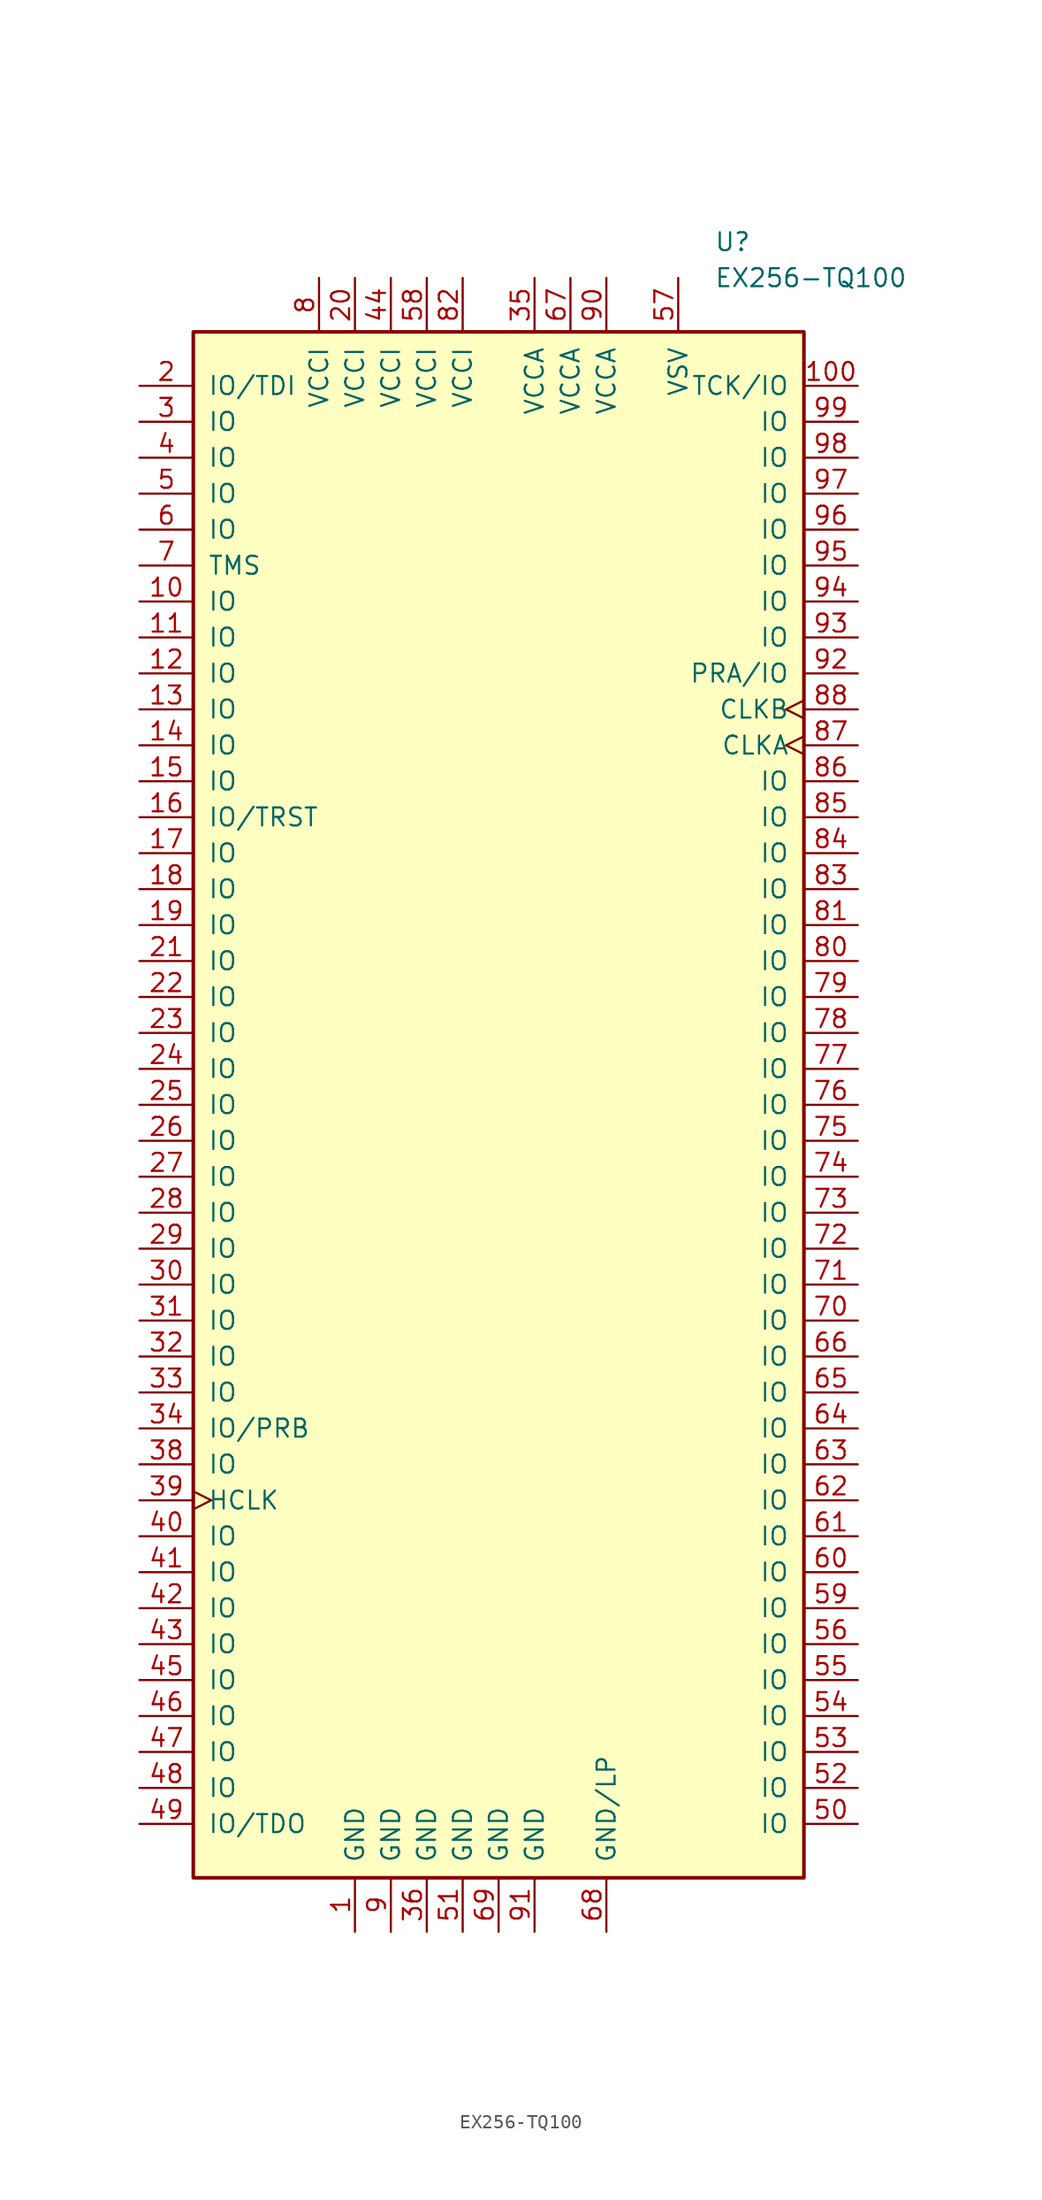
<source format=kicad_sym>
(kicad_symbol_lib
  (version 20220914)
  (generator kicad_symbol_editor)
  (symbol "EX256-TQ100"
    (pin_names
      (offset 1.016))
    (property "Reference" "U"
      (at 15.24 60.96 0)
      (effects (font (size 1.27 1.27)) (justify left)))
    (property "Value" "EX256-TQ100"
      (at 15.24 58.42 0)
      (effects (font (size 1.27 1.27)) (justify left)))
    (symbol "EX256-TQ100_0_1"
      (rectangle (start -21.59 54.61) (end 21.59 -54.61) (stroke (width 0.254) (type default)) (fill (type background))))
    (symbol "EX256-TQ100_1_1"
      (pin power_in line (at -10.16 -58.42 90) (length 3.81) (name "GND" (effects (font (size 1.27 1.27)))) (number "1" (effects (font (size 1.27 1.27)))))
      (pin bidirectional line (at -25.4 35.56 0) (length 3.81) (name "IO" (effects (font (size 1.27 1.27)))) (number "10" (effects (font (size 1.27 1.27)))))
      (pin bidirectional line (at 25.4 50.8 180) (length 3.81) (name "TCK/IO" (effects (font (size 1.27 1.27)))) (number "100" (effects (font (size 1.27 1.27)))))
      (pin bidirectional line (at -25.4 33.02 0) (length 3.81) (name "IO" (effects (font (size 1.27 1.27)))) (number "11" (effects (font (size 1.27 1.27)))))
      (pin bidirectional line (at -25.4 30.48 0) (length 3.81) (name "IO" (effects (font (size 1.27 1.27)))) (number "12" (effects (font (size 1.27 1.27)))))
      (pin bidirectional line (at -25.4 27.94 0) (length 3.81) (name "IO" (effects (font (size 1.27 1.27)))) (number "13" (effects (font (size 1.27 1.27)))))
      (pin bidirectional line (at -25.4 25.4 0) (length 3.81) (name "IO" (effects (font (size 1.27 1.27)))) (number "14" (effects (font (size 1.27 1.27)))))
      (pin bidirectional line (at -25.4 22.86 0) (length 3.81) (name "IO" (effects (font (size 1.27 1.27)))) (number "15" (effects (font (size 1.27 1.27)))))
      (pin bidirectional line (at -25.4 20.32 0) (length 3.81) (name "IO/TRST" (effects (font (size 1.27 1.27)))) (number "16" (effects (font (size 1.27 1.27)))))
      (pin bidirectional line (at -25.4 17.78 0) (length 3.81) (name "IO" (effects (font (size 1.27 1.27)))) (number "17" (effects (font (size 1.27 1.27)))))
      (pin bidirectional line (at -25.4 15.24 0) (length 3.81) (name "IO" (effects (font (size 1.27 1.27)))) (number "18" (effects (font (size 1.27 1.27)))))
      (pin bidirectional line (at -25.4 12.7 0) (length 3.81) (name "IO" (effects (font (size 1.27 1.27)))) (number "19" (effects (font (size 1.27 1.27)))))
      (pin bidirectional line (at -25.4 50.8 0) (length 3.81) (name "IO/TDI" (effects (font (size 1.27 1.27)))) (number "2" (effects (font (size 1.27 1.27)))))
      (pin power_in line (at -10.16 58.42 270) (length 3.81) (name "VCCI" (effects (font (size 1.27 1.27)))) (number "20" (effects (font (size 1.27 1.27)))))
      (pin bidirectional line (at -25.4 10.16 0) (length 3.81) (name "IO" (effects (font (size 1.27 1.27)))) (number "21" (effects (font (size 1.27 1.27)))))
      (pin bidirectional line (at -25.4 7.62 0) (length 3.81) (name "IO" (effects (font (size 1.27 1.27)))) (number "22" (effects (font (size 1.27 1.27)))))
      (pin bidirectional line (at -25.4 5.08 0) (length 3.81) (name "IO" (effects (font (size 1.27 1.27)))) (number "23" (effects (font (size 1.27 1.27)))))
      (pin bidirectional line (at -25.4 2.54 0) (length 3.81) (name "IO" (effects (font (size 1.27 1.27)))) (number "24" (effects (font (size 1.27 1.27)))))
      (pin bidirectional line (at -25.4 0 0) (length 3.81) (name "IO" (effects (font (size 1.27 1.27)))) (number "25" (effects (font (size 1.27 1.27)))))
      (pin bidirectional line (at -25.4 -2.54 0) (length 3.81) (name "IO" (effects (font (size 1.27 1.27)))) (number "26" (effects (font (size 1.27 1.27)))))
      (pin bidirectional line (at -25.4 -5.08 0) (length 3.81) (name "IO" (effects (font (size 1.27 1.27)))) (number "27" (effects (font (size 1.27 1.27)))))
      (pin bidirectional line (at -25.4 -7.62 0) (length 3.81) (name "IO" (effects (font (size 1.27 1.27)))) (number "28" (effects (font (size 1.27 1.27)))))
      (pin bidirectional line (at -25.4 -10.16 0) (length 3.81) (name "IO" (effects (font (size 1.27 1.27)))) (number "29" (effects (font (size 1.27 1.27)))))
      (pin bidirectional line (at -25.4 48.26 0) (length 3.81) (name "IO" (effects (font (size 1.27 1.27)))) (number "3" (effects (font (size 1.27 1.27)))))
      (pin bidirectional line (at -25.4 -12.7 0) (length 3.81) (name "IO" (effects (font (size 1.27 1.27)))) (number "30" (effects (font (size 1.27 1.27)))))
      (pin bidirectional line (at -25.4 -15.24 0) (length 3.81) (name "IO" (effects (font (size 1.27 1.27)))) (number "31" (effects (font (size 1.27 1.27)))))
      (pin bidirectional line (at -25.4 -17.78 0) (length 3.81) (name "IO" (effects (font (size 1.27 1.27)))) (number "32" (effects (font (size 1.27 1.27)))))
      (pin bidirectional line (at -25.4 -20.32 0) (length 3.81) (name "IO" (effects (font (size 1.27 1.27)))) (number "33" (effects (font (size 1.27 1.27)))))
      (pin bidirectional line (at -25.4 -22.86 0) (length 3.81) (name "IO/PRB" (effects (font (size 1.27 1.27)))) (number "34" (effects (font (size 1.27 1.27)))))
      (pin power_in line (at 2.54 58.42 270) (length 3.81) (name "VCCA" (effects (font (size 1.27 1.27)))) (number "35" (effects (font (size 1.27 1.27)))))
      (pin power_in line (at -5.08 -58.42 90) (length 3.81) (name "GND" (effects (font (size 1.27 1.27)))) (number "36" (effects (font (size 1.27 1.27)))))
      (pin bidirectional line (at -25.4 -25.4 0) (length 3.81) (name "IO" (effects (font (size 1.27 1.27)))) (number "38" (effects (font (size 1.27 1.27)))))
      (pin input clock (at -25.4 -27.94 0) (length 3.81) (name "HCLK" (effects (font (size 1.27 1.27)))) (number "39" (effects (font (size 1.27 1.27)))))
      (pin bidirectional line (at -25.4 45.72 0) (length 3.81) (name "IO" (effects (font (size 1.27 1.27)))) (number "4" (effects (font (size 1.27 1.27)))))
      (pin bidirectional line (at -25.4 -30.48 0) (length 3.81) (name "IO" (effects (font (size 1.27 1.27)))) (number "40" (effects (font (size 1.27 1.27)))))
      (pin bidirectional line (at -25.4 -33.02 0) (length 3.81) (name "IO" (effects (font (size 1.27 1.27)))) (number "41" (effects (font (size 1.27 1.27)))))
      (pin bidirectional line (at -25.4 -35.56 0) (length 3.81) (name "IO" (effects (font (size 1.27 1.27)))) (number "42" (effects (font (size 1.27 1.27)))))
      (pin bidirectional line (at -25.4 -38.1 0) (length 3.81) (name "IO" (effects (font (size 1.27 1.27)))) (number "43" (effects (font (size 1.27 1.27)))))
      (pin power_in line (at -7.62 58.42 270) (length 3.81) (name "VCCI" (effects (font (size 1.27 1.27)))) (number "44" (effects (font (size 1.27 1.27)))))
      (pin bidirectional line (at -25.4 -40.64 0) (length 3.81) (name "IO" (effects (font (size 1.27 1.27)))) (number "45" (effects (font (size 1.27 1.27)))))
      (pin bidirectional line (at -25.4 -43.18 0) (length 3.81) (name "IO" (effects (font (size 1.27 1.27)))) (number "46" (effects (font (size 1.27 1.27)))))
      (pin bidirectional line (at -25.4 -45.72 0) (length 3.81) (name "IO" (effects (font (size 1.27 1.27)))) (number "47" (effects (font (size 1.27 1.27)))))
      (pin bidirectional line (at -25.4 -48.26 0) (length 3.81) (name "IO" (effects (font (size 1.27 1.27)))) (number "48" (effects (font (size 1.27 1.27)))))
      (pin bidirectional line (at -25.4 -50.8 0) (length 3.81) (name "IO/TDO" (effects (font (size 1.27 1.27)))) (number "49" (effects (font (size 1.27 1.27)))))
      (pin bidirectional line (at -25.4 43.18 0) (length 3.81) (name "IO" (effects (font (size 1.27 1.27)))) (number "5" (effects (font (size 1.27 1.27)))))
      (pin bidirectional line (at 25.4 -50.8 180) (length 3.81) (name "IO" (effects (font (size 1.27 1.27)))) (number "50" (effects (font (size 1.27 1.27)))))
      (pin power_in line (at -2.54 -58.42 90) (length 3.81) (name "GND" (effects (font (size 1.27 1.27)))) (number "51" (effects (font (size 1.27 1.27)))))
      (pin bidirectional line (at 25.4 -48.26 180) (length 3.81) (name "IO" (effects (font (size 1.27 1.27)))) (number "52" (effects (font (size 1.27 1.27)))))
      (pin bidirectional line (at 25.4 -45.72 180) (length 3.81) (name "IO" (effects (font (size 1.27 1.27)))) (number "53" (effects (font (size 1.27 1.27)))))
      (pin bidirectional line (at 25.4 -43.18 180) (length 3.81) (name "IO" (effects (font (size 1.27 1.27)))) (number "54" (effects (font (size 1.27 1.27)))))
      (pin bidirectional line (at 25.4 -40.64 180) (length 3.81) (name "IO" (effects (font (size 1.27 1.27)))) (number "55" (effects (font (size 1.27 1.27)))))
      (pin bidirectional line (at 25.4 -38.1 180) (length 3.81) (name "IO" (effects (font (size 1.27 1.27)))) (number "56" (effects (font (size 1.27 1.27)))))
      (pin power_in line (at 12.7 58.42 270) (length 3.81) (name "VSV" (effects (font (size 1.27 1.27)))) (number "57" (effects (font (size 1.27 1.27)))))
      (pin power_in line (at -5.08 58.42 270) (length 3.81) (name "VCCI" (effects (font (size 1.27 1.27)))) (number "58" (effects (font (size 1.27 1.27)))))
      (pin bidirectional line (at 25.4 -35.56 180) (length 3.81) (name "IO" (effects (font (size 1.27 1.27)))) (number "59" (effects (font (size 1.27 1.27)))))
      (pin bidirectional line (at -25.4 40.64 0) (length 3.81) (name "IO" (effects (font (size 1.27 1.27)))) (number "6" (effects (font (size 1.27 1.27)))))
      (pin bidirectional line (at 25.4 -33.02 180) (length 3.81) (name "IO" (effects (font (size 1.27 1.27)))) (number "60" (effects (font (size 1.27 1.27)))))
      (pin bidirectional line (at 25.4 -30.48 180) (length 3.81) (name "IO" (effects (font (size 1.27 1.27)))) (number "61" (effects (font (size 1.27 1.27)))))
      (pin bidirectional line (at 25.4 -27.94 180) (length 3.81) (name "IO" (effects (font (size 1.27 1.27)))) (number "62" (effects (font (size 1.27 1.27)))))
      (pin bidirectional line (at 25.4 -25.4 180) (length 3.81) (name "IO" (effects (font (size 1.27 1.27)))) (number "63" (effects (font (size 1.27 1.27)))))
      (pin bidirectional line (at 25.4 -22.86 180) (length 3.81) (name "IO" (effects (font (size 1.27 1.27)))) (number "64" (effects (font (size 1.27 1.27)))))
      (pin bidirectional line (at 25.4 -20.32 180) (length 3.81) (name "IO" (effects (font (size 1.27 1.27)))) (number "65" (effects (font (size 1.27 1.27)))))
      (pin bidirectional line (at 25.4 -17.78 180) (length 3.81) (name "IO" (effects (font (size 1.27 1.27)))) (number "66" (effects (font (size 1.27 1.27)))))
      (pin power_in line (at 5.08 58.42 270) (length 3.81) (name "VCCA" (effects (font (size 1.27 1.27)))) (number "67" (effects (font (size 1.27 1.27)))))
      (pin power_in line (at 7.62 -58.42 90) (length 3.81) (name "GND/LP" (effects (font (size 1.27 1.27)))) (number "68" (effects (font (size 1.27 1.27)))))
      (pin power_in line (at 0 -58.42 90) (length 3.81) (name "GND" (effects (font (size 1.27 1.27)))) (number "69" (effects (font (size 1.27 1.27)))))
      (pin input line (at -25.4 38.1 0) (length 3.81) (name "TMS" (effects (font (size 1.27 1.27)))) (number "7" (effects (font (size 1.27 1.27)))))
      (pin bidirectional line (at 25.4 -15.24 180) (length 3.81) (name "IO" (effects (font (size 1.27 1.27)))) (number "70" (effects (font (size 1.27 1.27)))))
      (pin bidirectional line (at 25.4 -12.7 180) (length 3.81) (name "IO" (effects (font (size 1.27 1.27)))) (number "71" (effects (font (size 1.27 1.27)))))
      (pin bidirectional line (at 25.4 -10.16 180) (length 3.81) (name "IO" (effects (font (size 1.27 1.27)))) (number "72" (effects (font (size 1.27 1.27)))))
      (pin bidirectional line (at 25.4 -7.62 180) (length 3.81) (name "IO" (effects (font (size 1.27 1.27)))) (number "73" (effects (font (size 1.27 1.27)))))
      (pin bidirectional line (at 25.4 -5.08 180) (length 3.81) (name "IO" (effects (font (size 1.27 1.27)))) (number "74" (effects (font (size 1.27 1.27)))))
      (pin bidirectional line (at 25.4 -2.54 180) (length 3.81) (name "IO" (effects (font (size 1.27 1.27)))) (number "75" (effects (font (size 1.27 1.27)))))
      (pin bidirectional line (at 25.4 0 180) (length 3.81) (name "IO" (effects (font (size 1.27 1.27)))) (number "76" (effects (font (size 1.27 1.27)))))
      (pin bidirectional line (at 25.4 2.54 180) (length 3.81) (name "IO" (effects (font (size 1.27 1.27)))) (number "77" (effects (font (size 1.27 1.27)))))
      (pin bidirectional line (at 25.4 5.08 180) (length 3.81) (name "IO" (effects (font (size 1.27 1.27)))) (number "78" (effects (font (size 1.27 1.27)))))
      (pin bidirectional line (at 25.4 7.62 180) (length 3.81) (name "IO" (effects (font (size 1.27 1.27)))) (number "79" (effects (font (size 1.27 1.27)))))
      (pin power_in line (at -12.7 58.42 270) (length 3.81) (name "VCCI" (effects (font (size 1.27 1.27)))) (number "8" (effects (font (size 1.27 1.27)))))
      (pin bidirectional line (at 25.4 10.16 180) (length 3.81) (name "IO" (effects (font (size 1.27 1.27)))) (number "80" (effects (font (size 1.27 1.27)))))
      (pin bidirectional line (at 25.4 12.7 180) (length 3.81) (name "IO" (effects (font (size 1.27 1.27)))) (number "81" (effects (font (size 1.27 1.27)))))
      (pin power_in line (at -2.54 58.42 270) (length 3.81) (name "VCCI" (effects (font (size 1.27 1.27)))) (number "82" (effects (font (size 1.27 1.27)))))
      (pin bidirectional line (at 25.4 15.24 180) (length 3.81) (name "IO" (effects (font (size 1.27 1.27)))) (number "83" (effects (font (size 1.27 1.27)))))
      (pin bidirectional line (at 25.4 17.78 180) (length 3.81) (name "IO" (effects (font (size 1.27 1.27)))) (number "84" (effects (font (size 1.27 1.27)))))
      (pin bidirectional line (at 25.4 20.32 180) (length 3.81) (name "IO" (effects (font (size 1.27 1.27)))) (number "85" (effects (font (size 1.27 1.27)))))
      (pin bidirectional line (at 25.4 22.86 180) (length 3.81) (name "IO" (effects (font (size 1.27 1.27)))) (number "86" (effects (font (size 1.27 1.27)))))
      (pin input clock (at 25.4 25.4 180) (length 3.81) (name "CLKA" (effects (font (size 1.27 1.27)))) (number "87" (effects (font (size 1.27 1.27)))))
      (pin input clock (at 25.4 27.94 180) (length 3.81) (name "CLKB" (effects (font (size 1.27 1.27)))) (number "88" (effects (font (size 1.27 1.27)))))
      (pin power_in line (at -7.62 -58.42 90) (length 3.81) (name "GND" (effects (font (size 1.27 1.27)))) (number "9" (effects (font (size 1.27 1.27)))))
      (pin power_in line (at 7.62 58.42 270) (length 3.81) (name "VCCA" (effects (font (size 1.27 1.27)))) (number "90" (effects (font (size 1.27 1.27)))))
      (pin power_in line (at 2.54 -58.42 90) (length 3.81) (name "GND" (effects (font (size 1.27 1.27)))) (number "91" (effects (font (size 1.27 1.27)))))
      (pin bidirectional line (at 25.4 30.48 180) (length 3.81) (name "PRA/IO" (effects (font (size 1.27 1.27)))) (number "92" (effects (font (size 1.27 1.27)))))
      (pin bidirectional line (at 25.4 33.02 180) (length 3.81) (name "IO" (effects (font (size 1.27 1.27)))) (number "93" (effects (font (size 1.27 1.27)))))
      (pin bidirectional line (at 25.4 35.56 180) (length 3.81) (name "IO" (effects (font (size 1.27 1.27)))) (number "94" (effects (font (size 1.27 1.27)))))
      (pin bidirectional line (at 25.4 38.1 180) (length 3.81) (name "IO" (effects (font (size 1.27 1.27)))) (number "95" (effects (font (size 1.27 1.27)))))
      (pin bidirectional line (at 25.4 40.64 180) (length 3.81) (name "IO" (effects (font (size 1.27 1.27)))) (number "96" (effects (font (size 1.27 1.27)))))
      (pin bidirectional line (at 25.4 43.18 180) (length 3.81) (name "IO" (effects (font (size 1.27 1.27)))) (number "97" (effects (font (size 1.27 1.27)))))
      (pin bidirectional line (at 25.4 45.72 180) (length 3.81) (name "IO" (effects (font (size 1.27 1.27)))) (number "98" (effects (font (size 1.27 1.27)))))
      (pin bidirectional line (at 25.4 48.26 180) (length 3.81) (name "IO" (effects (font (size 1.27 1.27)))) (number "99" (effects (font (size 1.27 1.27))))))))
</source>
